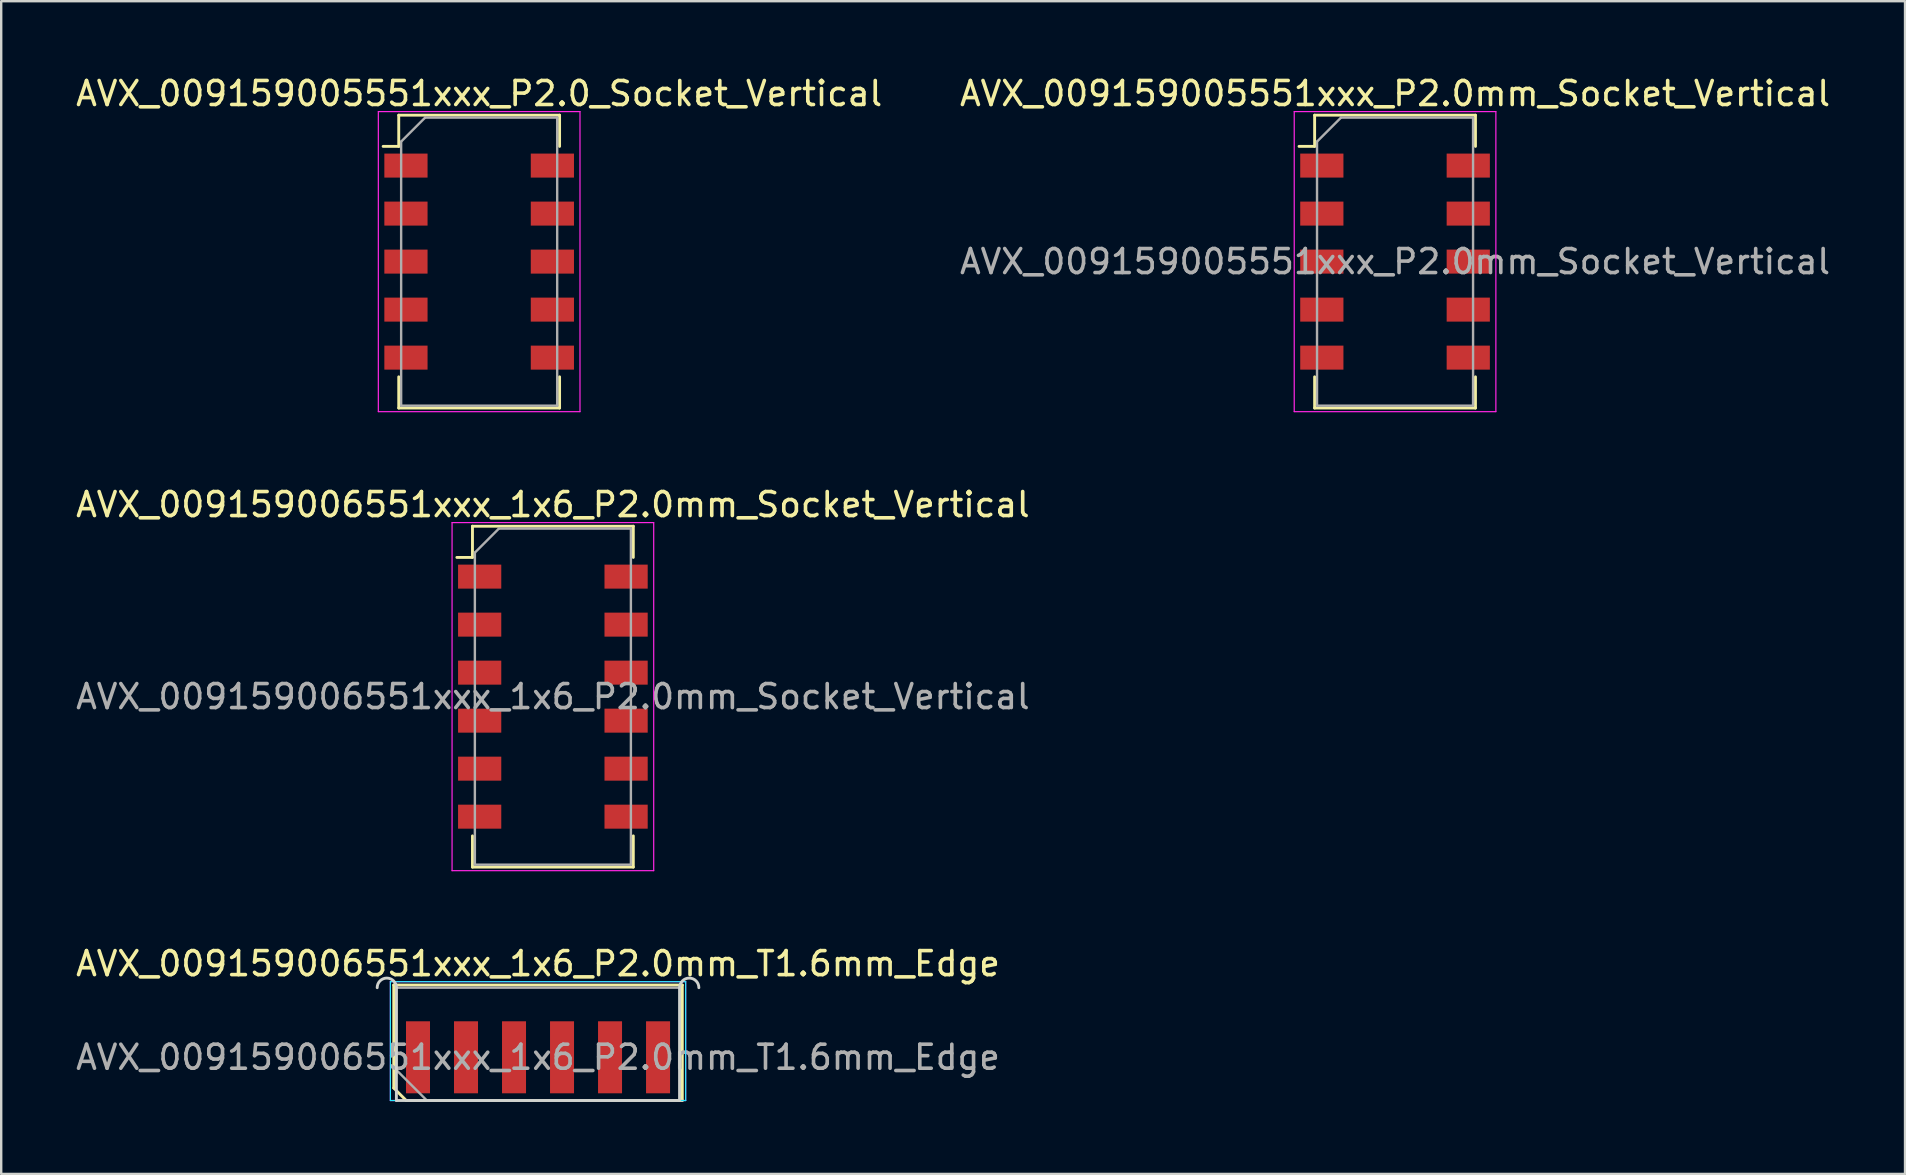
<source format=kicad_pcb>
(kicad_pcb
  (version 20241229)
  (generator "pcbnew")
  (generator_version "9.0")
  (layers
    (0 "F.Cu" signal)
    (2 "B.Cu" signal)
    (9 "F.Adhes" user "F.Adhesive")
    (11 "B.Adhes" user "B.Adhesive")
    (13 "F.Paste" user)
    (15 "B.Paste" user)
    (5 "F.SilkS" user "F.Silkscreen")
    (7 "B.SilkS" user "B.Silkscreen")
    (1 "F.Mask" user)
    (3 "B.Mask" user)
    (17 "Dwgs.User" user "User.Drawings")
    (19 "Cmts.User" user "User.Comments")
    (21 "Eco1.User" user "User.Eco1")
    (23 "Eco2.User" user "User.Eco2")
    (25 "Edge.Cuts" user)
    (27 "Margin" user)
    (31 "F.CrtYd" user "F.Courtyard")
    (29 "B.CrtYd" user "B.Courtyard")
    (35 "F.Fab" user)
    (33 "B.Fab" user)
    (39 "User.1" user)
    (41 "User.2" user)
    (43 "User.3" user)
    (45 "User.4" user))
  (footprint "AVX_009159005551xxx_P2.0mm_Socket_Vertical"
    (layer "F.Cu")
    (at 55.065 7.848)
    (property "Reference" "AVX_009159005551xxx_P2.0mm_Socket_Vertical" (at 0 -7 0) (layer "F.SilkS") (effects (font (size 1 1) (thickness 0.15))))
    (attr smd)
    (fp_line (start -4 -4.8) (end -3.35 -4.8) (stroke (width 0.12) (type solid)) (layer "F.SilkS"))
    (fp_line (start -3.35 -6.1) (end -3.35 -4.8) (stroke (width 0.12) (type solid)) (layer "F.SilkS"))
    (fp_line (start -3.35 -6.1) (end 3.35 -6.1) (stroke (width 0.12) (type solid)) (layer "F.SilkS"))
    (fp_line (start -3.35 6.1) (end -3.35 4.8) (stroke (width 0.12) (type solid)) (layer "F.SilkS"))
    (fp_line (start 3.35 -6.1) (end 3.35 -4.8) (stroke (width 0.12) (type solid)) (layer "F.SilkS"))
    (fp_line (start 3.35 6.1) (end -3.35 6.1) (stroke (width 0.12) (type solid)) (layer "F.SilkS"))
    (fp_line (start 3.35 6.1) (end 3.35 4.8) (stroke (width 0.12) (type solid)) (layer "F.SilkS"))
    (fp_line (start -4.2 -6.25) (end 4.2 -6.25) (stroke (width 0.05) (type solid)) (layer "F.CrtYd"))
    (fp_line (start -4.2 6.25) (end -4.2 -6.25) (stroke (width 0.05) (type solid)) (layer "F.CrtYd"))
    (fp_line (start 4.2 -6.25) (end 4.2 6.25) (stroke (width 0.05) (type solid)) (layer "F.CrtYd"))
    (fp_line (start 4.2 6.25) (end -4.2 6.25) (stroke (width 0.05) (type solid)) (layer "F.CrtYd"))
    (fp_line (start -3.25 -5) (end -2.25 -6) (stroke (width 0.1) (type solid)) (layer "F.Fab"))
    (fp_line (start -3.25 6) (end -3.25 -5) (stroke (width 0.1) (type solid)) (layer "F.Fab"))
    (fp_line (start -2.25 -6) (end 3.25 -6) (stroke (width 0.1) (type solid)) (layer "F.Fab"))
    (fp_line (start 3.25 -6) (end 3.25 6) (stroke (width 0.1) (type solid)) (layer "F.Fab"))
    (fp_line (start 3.25 6) (end -3.25 6) (stroke (width 0.1) (type solid)) (layer "F.Fab"))
    (fp_text user "${REFERENCE}" (at 0 0 0) (layer "F.Fab") (effects (font (size 1 1) (thickness 0.15))))
    (pad "1" smd rect (at -3.05 -4 270) (size 1 1.8) (layers "F.Cu" "F.Mask" "F.Paste"))
    (pad "2" smd rect (at -3.05 -2 270) (size 1 1.8) (layers "F.Cu" "F.Mask" "F.Paste"))
    (pad "3" smd rect (at -3.05 0 270) (size 1 1.8) (layers "F.Cu" "F.Mask" "F.Paste"))
    (pad "4" smd rect (at -3.05 2 270) (size 1 1.8) (layers "F.Cu" "F.Mask" "F.Paste"))
    (pad "5" smd rect (at -3.05 4 270) (size 1 1.8) (layers "F.Cu" "F.Mask" "F.Paste"))
    (pad "MP" smd rect (at 3.05 -4 270) (size 1 1.8) (layers "F.Cu" "F.Mask" "F.Paste"))
    (pad "MP" smd rect (at 3.05 -2 270) (size 1 1.8) (layers "F.Cu" "F.Mask" "F.Paste"))
    (pad "MP" smd rect (at 3.05 0 270) (size 1 1.8) (layers "F.Cu" "F.Mask" "F.Paste"))
    (pad "MP" smd rect (at 3.05 2 270) (size 1 1.8) (layers "F.Cu" "F.Mask" "F.Paste"))
    (pad "MP" smd rect (at 3.05 4 270) (size 1 1.8) (layers "F.Cu" "F.Mask" "F.Paste")))
  (footprint "AVX_009159005551xxx_P2.0_Socket_Vertical"
    (layer "F.Cu")
    (at 16.911 7.848)
    (property "Reference" "AVX_009159005551xxx_P2.0_Socket_Vertical" (at 0 -7 0) (layer "F.SilkS") (effects (font (size 1 1) (thickness 0.15))))
    (attr smd)
    (fp_line (start -4 -4.8) (end -3.35 -4.8) (stroke (width 0.12) (type solid)) (layer "F.SilkS"))
    (fp_line (start -3.35 -6.1) (end -3.35 -4.8) (stroke (width 0.12) (type solid)) (layer "F.SilkS"))
    (fp_line (start -3.35 -6.1) (end 3.35 -6.1) (stroke (width 0.12) (type solid)) (layer "F.SilkS"))
    (fp_line (start -3.35 6.1) (end -3.35 4.8) (stroke (width 0.12) (type solid)) (layer "F.SilkS"))
    (fp_line (start 3.35 -6.1) (end 3.35 -4.8) (stroke (width 0.12) (type solid)) (layer "F.SilkS"))
    (fp_line (start 3.35 6.1) (end -3.35 6.1) (stroke (width 0.12) (type solid)) (layer "F.SilkS"))
    (fp_line (start 3.35 6.1) (end 3.35 4.8) (stroke (width 0.12) (type solid)) (layer "F.SilkS"))
    (fp_line (start -4.2 -6.25) (end 4.2 -6.25) (stroke (width 0.05) (type solid)) (layer "F.CrtYd"))
    (fp_line (start -4.2 6.25) (end -4.2 -6.25) (stroke (width 0.05) (type solid)) (layer "F.CrtYd"))
    (fp_line (start 4.2 -6.25) (end 4.2 6.25) (stroke (width 0.05) (type solid)) (layer "F.CrtYd"))
    (fp_line (start 4.2 6.25) (end -4.2 6.25) (stroke (width 0.05) (type solid)) (layer "F.CrtYd"))
    (fp_line (start -3.25 -5) (end -2.25 -6) (stroke (width 0.1) (type solid)) (layer "F.Fab"))
    (fp_line (start -3.25 6) (end -3.25 -5) (stroke (width 0.1) (type solid)) (layer "F.Fab"))
    (fp_line (start -2.25 -6) (end 3.25 -6) (stroke (width 0.1) (type solid)) (layer "F.Fab"))
    (fp_line (start 3.25 -6) (end 3.25 6) (stroke (width 0.1) (type solid)) (layer "F.Fab"))
    (fp_line (start 3.25 6) (end -3.25 6) (stroke (width 0.1) (type solid)) (layer "F.Fab"))
    (pad "1" smd rect (at -3.05 -4 270) (size 1 1.8) (layers "F.Cu" "F.Mask" "F.Paste"))
    (pad "1" smd rect (at 3.05 -4 270) (size 1 1.8) (layers "F.Cu" "F.Mask" "F.Paste"))
    (pad "2" smd rect (at -3.05 -2 270) (size 1 1.8) (layers "F.Cu" "F.Mask" "F.Paste"))
    (pad "2" smd rect (at 3.05 -2 270) (size 1 1.8) (layers "F.Cu" "F.Mask" "F.Paste"))
    (pad "3" smd rect (at -3.05 0 270) (size 1 1.8) (layers "F.Cu" "F.Mask" "F.Paste"))
    (pad "3" smd rect (at 3.05 0 270) (size 1 1.8) (layers "F.Cu" "F.Mask" "F.Paste"))
    (pad "4" smd rect (at -3.05 2 270) (size 1 1.8) (layers "F.Cu" "F.Mask" "F.Paste"))
    (pad "4" smd rect (at 3.05 2 270) (size 1 1.8) (layers "F.Cu" "F.Mask" "F.Paste"))
    (pad "5" smd rect (at -3.05 4 270) (size 1 1.8) (layers "F.Cu" "F.Mask" "F.Paste"))
    (pad "5" smd rect (at 3.05 4 270) (size 1 1.8) (layers "F.Cu" "F.Mask" "F.Paste")))
  (footprint "AVX_009159006551xxx_1x6_P2.0mm_Socket_Vertical"
    (layer "F.Cu")
    (at 19.982 25.971)
    (property "Reference" "AVX_009159006551xxx_1x6_P2.0mm_Socket_Vertical" (at 0 -8 0) (layer "F.SilkS") (effects (font (size 1 1) (thickness 0.15))))
    (attr smd)
    (fp_line (start -4 -5.8) (end -3.35 -5.8) (stroke (width 0.12) (type solid)) (layer "F.SilkS"))
    (fp_line (start -3.35 -7.1) (end -3.35 -5.8) (stroke (width 0.12) (type solid)) (layer "F.SilkS"))
    (fp_line (start -3.35 -7.1) (end 3.35 -7.1) (stroke (width 0.12) (type solid)) (layer "F.SilkS"))
    (fp_line (start -3.35 7.1) (end -3.35 5.8) (stroke (width 0.12) (type solid)) (layer "F.SilkS"))
    (fp_line (start 3.35 -7.1) (end 3.35 -5.8) (stroke (width 0.12) (type solid)) (layer "F.SilkS"))
    (fp_line (start 3.35 7.1) (end -3.35 7.1) (stroke (width 0.12) (type solid)) (layer "F.SilkS"))
    (fp_line (start 3.35 7.1) (end 3.35 5.8) (stroke (width 0.12) (type solid)) (layer "F.SilkS"))
    (fp_line (start -4.2 -7.25) (end 4.2 -7.25) (stroke (width 0.05) (type solid)) (layer "F.CrtYd"))
    (fp_line (start -4.2 7.25) (end -4.2 -7.25) (stroke (width 0.05) (type solid)) (layer "F.CrtYd"))
    (fp_line (start 4.2 -7.25) (end 4.2 7.25) (stroke (width 0.05) (type solid)) (layer "F.CrtYd"))
    (fp_line (start 4.2 7.25) (end -4.2 7.25) (stroke (width 0.05) (type solid)) (layer "F.CrtYd"))
    (fp_line (start -3.25 -6) (end -2.25 -7) (stroke (width 0.1) (type solid)) (layer "F.Fab"))
    (fp_line (start -3.25 7) (end -3.25 -6) (stroke (width 0.1) (type solid)) (layer "F.Fab"))
    (fp_line (start -2.25 -7) (end 3.25 -7) (stroke (width 0.1) (type solid)) (layer "F.Fab"))
    (fp_line (start 3.25 -7) (end 3.25 7) (stroke (width 0.1) (type solid)) (layer "F.Fab"))
    (fp_line (start 3.25 7) (end -3.25 7) (stroke (width 0.1) (type solid)) (layer "F.Fab"))
    (fp_text user "${REFERENCE}" (at 0 0 0) (layer "F.Fab") (effects (font (size 1 1) (thickness 0.15))))
    (pad "1" smd rect (at -3.05 -5 270) (size 1 1.8) (layers "F.Cu" "F.Mask" "F.Paste"))
    (pad "2" smd rect (at -3.05 -3 270) (size 1 1.8) (layers "F.Cu" "F.Mask" "F.Paste"))
    (pad "3" smd rect (at -3.05 -1 270) (size 1 1.8) (layers "F.Cu" "F.Mask" "F.Paste"))
    (pad "4" smd rect (at -3.05 1 270) (size 1 1.8) (layers "F.Cu" "F.Mask" "F.Paste"))
    (pad "5" smd rect (at -3.05 3 270) (size 1 1.8) (layers "F.Cu" "F.Mask" "F.Paste"))
    (pad "6" smd rect (at -3.05 5 270) (size 1 1.8) (layers "F.Cu" "F.Mask" "F.Paste"))
    (pad "MP" smd rect (at 3.05 -5 270) (size 1 1.8) (layers "F.Cu" "F.Mask" "F.Paste"))
    (pad "MP" smd rect (at 3.05 -3 270) (size 1 1.8) (layers "F.Cu" "F.Mask" "F.Paste"))
    (pad "MP" smd rect (at 3.05 -1 270) (size 1 1.8) (layers "F.Cu" "F.Mask" "F.Paste"))
    (pad "MP" smd rect (at 3.05 1 270) (size 1 1.8) (layers "F.Cu" "F.Mask" "F.Paste"))
    (pad "MP" smd rect (at 3.05 3 270) (size 1 1.8) (layers "F.Cu" "F.Mask" "F.Paste"))
    (pad "MP" smd rect (at 3.05 5 270) (size 1 1.8) (layers "F.Cu" "F.Mask" "F.Paste")))
  (footprint "AVX_009159006551xxx_1x6_P2.0mm_T1.6mm_Edge"
    (layer "F.Cu")
    (at 19.363 40.995)
    (property "Reference" "AVX_009159006551xxx_1x6_P2.0mm_T1.6mm_Edge" (at 0 -3.9 0) (layer "F.SilkS") (effects (font (size 1 1) (thickness 0.15))))
    (attr exclude_from_pos_files exclude_from_bom)
    (fp_line (start -6.01 -3.01) (end 6.01 -3.01) (stroke (width 0.12) (type solid)) (layer "F.SilkS"))
    (fp_line (start -6.01 1.28) (end -6.01 -3.01) (stroke (width 0.12) (type solid)) (layer "F.SilkS"))
    (fp_line (start -5.49 1.8) (end -6.01 1.28) (stroke (width 0.12) (type solid)) (layer "F.SilkS"))
    (fp_line (start -5.49 1.8) (end 6.01 1.8) (stroke (width 0.12) (type solid)) (layer "F.SilkS"))
    (fp_line (start 6.01 1.8) (end 6.01 -3.01) (stroke (width 0.12) (type solid)) (layer "F.SilkS"))
    (fp_line (start -5.9 1.8) (end -5.9 -2.9) (stroke (width 0.12) (type solid)) (layer "Edge.Cuts"))
    (fp_line (start -5.9 1.8) (end 5.9 1.8) (stroke (width 0.12) (type solid)) (layer "Edge.Cuts"))
    (fp_line (start 5.9 1.8) (end 5.9 -2.9) (stroke (width 0.12) (type solid)) (layer "Edge.Cuts"))
    (fp_arc (start -6.7 -2.9) (mid -6.3 -3.3) (end -5.9 -2.9) (stroke (width 0.12) (type solid)) (layer "Edge.Cuts"))
    (fp_arc (start 5.9 -2.9) (mid 6.3 -3.3) (end 6.7 -2.9) (stroke (width 0.12) (type solid)) (layer "Edge.Cuts"))
    (fp_line (start -6.15 -3.15) (end -6.15 1.8) (stroke (width 0.05) (type solid)) (layer "B.CrtYd"))
    (fp_line (start -6.15 1.8) (end 6.15 1.8) (stroke (width 0.05) (type solid)) (layer "B.CrtYd"))
    (fp_line (start 6.15 -3.15) (end -6.15 -3.15) (stroke (width 0.05) (type solid)) (layer "B.CrtYd"))
    (fp_line (start 6.15 1.8) (end 6.15 -3.15) (stroke (width 0.05) (type solid)) (layer "B.CrtYd"))
    (fp_line (start -6.15 -3.15) (end -6.15 1.8) (stroke (width 0.05) (type solid)) (layer "F.CrtYd"))
    (fp_line (start -6.15 1.8) (end 6.15 1.8) (stroke (width 0.05) (type solid)) (layer "F.CrtYd"))
    (fp_line (start 6.15 -3.15) (end -6.15 -3.15) (stroke (width 0.05) (type solid)) (layer "F.CrtYd"))
    (fp_line (start 6.15 1.8) (end 6.15 -3.15) (stroke (width 0.05) (type solid)) (layer "F.CrtYd"))
    (fp_line (start -5.9 -2.9) (end 5.9 -2.9) (stroke (width 0.1) (type solid)) (layer "F.Fab"))
    (fp_line (start -5.9 0.53) (end -5.9 -2.9) (stroke (width 0.1) (type solid)) (layer "F.Fab"))
    (fp_line (start -5.9 0.53) (end -4.63 1.8) (stroke (width 0.1) (type solid)) (layer "F.Fab"))
    (fp_line (start -4.63 1.8) (end 5.9 1.8) (stroke (width 0.1) (type solid)) (layer "F.Fab"))
    (fp_line (start 5.9 1.8) (end 5.9 -2.9) (stroke (width 0.1) (type solid)) (layer "F.Fab"))
    (fp_text user "${REFERENCE}" (at 0 0 0) (layer "F.Fab") (effects (font (size 1 1) (thickness 0.15))))
    (pad "1" connect rect (at -5 0) (size 1 3) (layers "F.Cu" "F.Mask"))
    (pad "2" connect rect (at -3 0) (size 1 3) (layers "F.Cu" "F.Mask"))
    (pad "3" connect rect (at -1 0) (size 1 3) (layers "F.Cu" "F.Mask"))
    (pad "4" connect rect (at 1 0) (size 1 3) (layers "F.Cu" "F.Mask"))
    (pad "5" connect rect (at 3 0) (size 1 3) (layers "F.Cu" "F.Mask"))
    (pad "6" connect rect (at 5 0) (size 1 3) (layers "F.Cu" "F.Mask")))
  (gr_rect
    (start -3 -3)
    (end 76.31 45.855)
    (stroke (width 0.1) (type default))
    (fill no)
    (layer "Edge.Cuts")))
</source>
